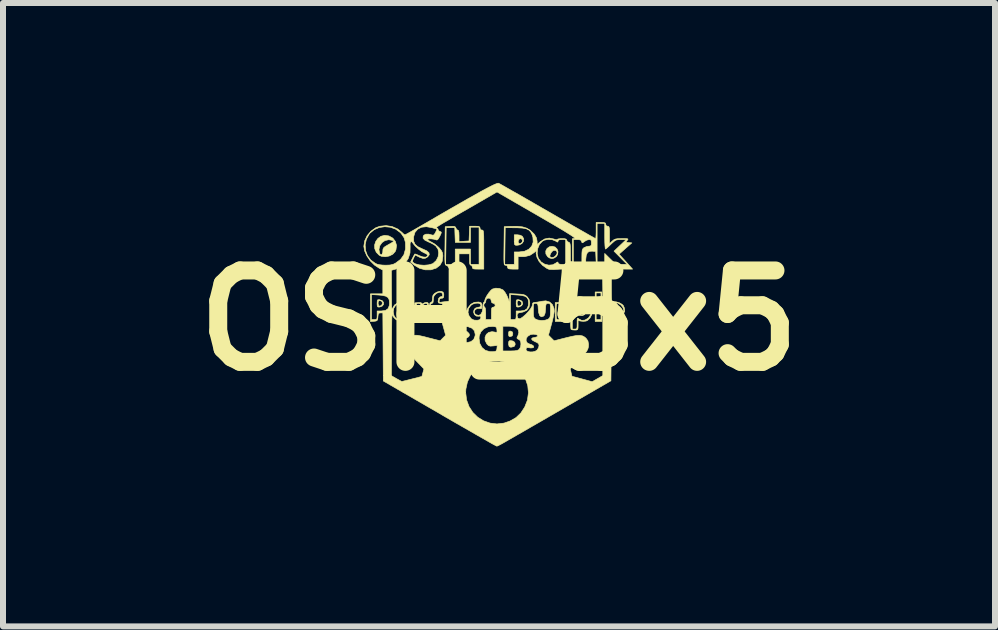
<source format=kicad_pcb>
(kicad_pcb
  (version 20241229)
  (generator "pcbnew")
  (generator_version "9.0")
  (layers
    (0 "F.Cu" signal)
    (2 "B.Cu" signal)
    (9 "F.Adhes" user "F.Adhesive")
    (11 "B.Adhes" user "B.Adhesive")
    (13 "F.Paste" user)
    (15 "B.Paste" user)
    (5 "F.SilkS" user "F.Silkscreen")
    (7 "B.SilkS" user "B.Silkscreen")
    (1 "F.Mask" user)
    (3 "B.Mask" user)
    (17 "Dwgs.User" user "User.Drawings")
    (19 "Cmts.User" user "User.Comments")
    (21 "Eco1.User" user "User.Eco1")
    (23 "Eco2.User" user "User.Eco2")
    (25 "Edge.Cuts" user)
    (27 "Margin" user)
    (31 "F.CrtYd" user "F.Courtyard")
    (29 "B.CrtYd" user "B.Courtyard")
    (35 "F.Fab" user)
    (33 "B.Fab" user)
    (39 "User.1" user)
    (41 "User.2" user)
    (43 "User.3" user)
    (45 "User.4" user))
  (footprint "OSH_5x5"
    (layer "F.Cu")
    (at 5.269 2.293)
    (property "Reference" "OSH_5x5" (at 0 0 0) (layer "F.SilkS") (effects (font (size 1.524 1.524) (thickness 0.3))))
    (attr through_hole)
    (fp_poly (pts (xy 0.194 0.177) (xy 0.223 0.191) (xy 0.23 0.222) (xy 0.221 0.255) (xy 0.194 0.267) (xy 0.169 0.266) (xy 0.16 0.247) (xy 0.159 0.222) (xy 0.162 0.188) (xy 0.177 0.177) (xy 0.194 0.177)) (stroke (width 0.01) (type solid)) (fill yes) (layer "F.SilkS"))
    (fp_poly (pts (xy 1.714 0.016) (xy 1.603 0.016) (xy 1.603 -0.46) (xy 1.619 -0.46) (xy 1.619 -0.016) (xy 1.699 -0.016) (xy 1.699 -0.46) (xy 1.619 -0.46) (xy 1.603 -0.46) (xy 1.603 -0.476) (xy 1.714 -0.476) (xy 1.714 0.016)) (stroke (width 0.01) (type solid)) (fill yes) (layer "F.SilkS"))
    (fp_poly (pts (xy -0.697 -0.234) (xy -0.678 -0.216) (xy -0.675 -0.206) (xy -0.668 -0.182) (xy -0.673 -0.17) (xy -0.698 -0.169) (xy -0.735 -0.172) (xy -0.776 -0.178) (xy -0.791 -0.192) (xy -0.791 -0.203) (xy -0.771 -0.226) (xy -0.735 -0.235) (xy -0.697 -0.234)) (stroke (width 0.01) (type solid)) (fill yes) (layer "F.SilkS"))
    (fp_poly (pts (xy 0.214 0.338) (xy 0.234 0.343) (xy 0.261 0.363) (xy 0.27 0.394) (xy 0.26 0.424) (xy 0.245 0.435) (xy 0.197 0.446) (xy 0.169 0.435) (xy 0.159 0.398) (xy 0.159 0.389) (xy 0.162 0.351) (xy 0.178 0.335) (xy 0.214 0.338)) (stroke (width 0.01) (type solid)) (fill yes) (layer "F.SilkS"))
    (fp_poly (pts (xy -0.53 0.187) (xy -0.5 0.217) (xy -0.492 0.244) (xy -0.506 0.27) (xy -0.538 0.29) (xy -0.576 0.3) (xy -0.606 0.293) (xy -0.609 0.291) (xy -0.616 0.269) (xy -0.619 0.231) (xy -0.619 0.228) (xy -0.616 0.191) (xy -0.601 0.177) (xy -0.572 0.175) (xy -0.53 0.187)) (stroke (width 0.01) (type solid)) (fill yes) (layer "F.SilkS"))
    (fp_poly (pts (xy 1.965 -0.235) (xy 1.991 -0.221) (xy 1.994 -0.216) (xy 1.999 -0.187) (xy 1.983 -0.173) (xy 1.94 -0.171) (xy 1.932 -0.172) (xy 1.891 -0.178) (xy 1.876 -0.192) (xy 1.876 -0.203) (xy 1.883 -0.211) (xy 1.915 -0.211) (xy 1.937 -0.209) (xy 1.959 -0.211) (xy 1.957 -0.217) (xy 1.924 -0.219) (xy 1.917 -0.217) (xy 1.915 -0.211) (xy 1.883 -0.211) (xy 1.894 -0.224) (xy 1.928 -0.235) (xy 1.965 -0.235)) (stroke (width 0.01) (type solid)) (fill yes) (layer "F.SilkS"))
    (fp_poly (pts (xy -1.99 -0.346) (xy -1.946 -0.33) (xy -1.925 -0.301) (xy -1.926 -0.267) (xy -1.95 -0.239) (xy -1.99 -0.225) (xy -2.017 -0.225) (xy -2.029 -0.237) (xy -2.032 -0.27) (xy -2.032 -0.286) (xy -2.016 -0.286) (xy -2.008 -0.249) (xy -1.986 -0.238) (xy -1.957 -0.257) (xy -1.954 -0.26) (xy -1.943 -0.292) (xy -1.956 -0.321) (xy -1.986 -0.333) (xy -2.008 -0.325) (xy -2.016 -0.295) (xy -2.016 -0.286) (xy -2.032 -0.286) (xy -2.03 -0.327) (xy -2.022 -0.345) (xy -2 -0.347) (xy -1.99 -0.346)) (stroke (width 0.01) (type solid)) (fill yes) (layer "F.SilkS"))
    (fp_poly (pts (xy 1.425 -0.194) (xy 1.443 -0.16) (xy 1.441 -0.122) (xy 1.426 -0.098) (xy 1.389 -0.081) (xy 1.346 -0.085) (xy 1.318 -0.103) (xy 1.307 -0.135) (xy 1.319 -0.135) (xy 1.336 -0.106) (xy 1.373 -0.095) (xy 1.408 -0.105) (xy 1.424 -0.121) (xy 1.424 -0.158) (xy 1.403 -0.188) (xy 1.373 -0.198) (xy 1.341 -0.186) (xy 1.329 -0.173) (xy 1.319 -0.135) (xy 1.307 -0.135) (xy 1.306 -0.139) (xy 1.314 -0.179) (xy 1.338 -0.209) (xy 1.349 -0.214) (xy 1.392 -0.215) (xy 1.425 -0.194)) (stroke (width 0.01) (type solid)) (fill yes) (layer "F.SilkS"))
    (fp_poly (pts (xy 0.328 -0.346) (xy 0.366 -0.333) (xy 0.387 -0.314) (xy 0.395 -0.277) (xy 0.376 -0.246) (xy 0.337 -0.227) (xy 0.328 -0.225) (xy 0.301 -0.225) (xy 0.289 -0.237) (xy 0.286 -0.27) (xy 0.286 -0.286) (xy 0.286 -0.287) (xy 0.302 -0.287) (xy 0.309 -0.249) (xy 0.332 -0.239) (xy 0.363 -0.252) (xy 0.379 -0.277) (xy 0.373 -0.306) (xy 0.348 -0.328) (xy 0.337 -0.331) (xy 0.312 -0.329) (xy 0.303 -0.31) (xy 0.302 -0.287) (xy 0.286 -0.287) (xy 0.287 -0.327) (xy 0.296 -0.345) (xy 0.318 -0.347) (xy 0.328 -0.346)) (stroke (width 0.01) (type solid)) (fill yes) (layer "F.SilkS"))
    (fp_poly (pts (xy 0.353 -1.422) (xy 0.387 -1.405) (xy 0.388 -1.404) (xy 0.411 -1.363) (xy 0.408 -1.321) (xy 0.382 -1.284) (xy 0.338 -1.26) (xy 0.298 -1.254) (xy 0.273 -1.256) (xy 0.26 -1.266) (xy 0.255 -1.293) (xy 0.254 -1.321) (xy 0.319 -1.321) (xy 0.323 -1.294) (xy 0.341 -1.279) (xy 0.367 -1.286) (xy 0.387 -1.31) (xy 0.388 -1.312) (xy 0.389 -1.346) (xy 0.367 -1.364) (xy 0.356 -1.365) (xy 0.33 -1.352) (xy 0.319 -1.321) (xy 0.254 -1.321) (xy 0.254 -1.341) (xy 0.254 -1.429) (xy 0.308 -1.429) (xy 0.353 -1.422)) (stroke (width 0.01) (type solid)) (fill yes) (layer "F.SilkS"))
    (fp_poly (pts (xy 0.935 -1.225) (xy 0.968 -1.191) (xy 0.983 -1.146) (xy 0.975 -1.097) (xy 0.953 -1.064) (xy 0.915 -1.04) (xy 0.881 -1.032) (xy 0.84 -1.043) (xy 0.81 -1.064) (xy 0.8 -1.08) (xy 0.847 -1.08) (xy 0.85 -1.062) (xy 0.875 -1.049) (xy 0.911 -1.055) (xy 0.939 -1.074) (xy 0.965 -1.11) (xy 0.967 -1.143) (xy 0.95 -1.166) (xy 0.916 -1.17) (xy 0.907 -1.168) (xy 0.881 -1.148) (xy 0.858 -1.114) (xy 0.847 -1.08) (xy 0.8 -1.08) (xy 0.781 -1.11) (xy 0.779 -1.159) (xy 0.801 -1.202) (xy 0.842 -1.23) (xy 0.885 -1.238) (xy 0.935 -1.225)) (stroke (width 0.01) (type solid)) (fill yes) (layer "F.SilkS"))
    (fp_poly (pts (xy 1.056 -0.299) (xy 1.175 -0.299) (xy 1.175 -0.244) (xy 1.172 -0.208) (xy 1.161 -0.196) (xy 1.137 -0.199) (xy 1.094 -0.198) (xy 1.064 -0.168) (xy 1.05 -0.111) (xy 1.048 -0.07) (xy 1.048 0.016) (xy 0.937 0.016) (xy 0.937 -0.151) (xy 0.953 -0.151) (xy 0.953 -0.085) (xy 0.955 -0.046) (xy 0.961 -0.025) (xy 0.973 -0.017) (xy 0.992 -0.016) (xy 1.017 -0.019) (xy 1.028 -0.033) (xy 1.032 -0.068) (xy 1.032 -0.087) (xy 1.042 -0.151) (xy 1.07 -0.198) (xy 1.111 -0.221) (xy 1.127 -0.222) (xy 1.154 -0.233) (xy 1.159 -0.254) (xy 1.148 -0.28) (xy 1.121 -0.285) (xy 1.086 -0.27) (xy 1.064 -0.251) (xy 1.032 -0.216) (xy 1.032 -0.251) (xy 1.024 -0.278) (xy 0.995 -0.286) (xy 0.992 -0.286) (xy 0.973 -0.285) (xy 0.961 -0.277) (xy 0.955 -0.256) (xy 0.953 -0.216) (xy 0.953 -0.151) (xy 0.937 -0.151) (xy 0.937 -0.299) (xy 1.056 -0.299)) (stroke (width 0.01) (type solid)) (fill yes) (layer "F.SilkS"))
    (fp_poly (pts (xy -1.836 -1.41) (xy -1.834 -1.409) (xy -1.77 -1.373) (xy -1.728 -1.318) (xy -1.709 -1.252) (xy -1.718 -1.181) (xy -1.731 -1.15) (xy -1.772 -1.105) (xy -1.831 -1.075) (xy -1.898 -1.063) (xy -1.962 -1.071) (xy -1.997 -1.088) (xy -2.047 -1.139) (xy -2.066 -1.185) (xy -2.002 -1.185) (xy -1.991 -1.12) (xy -1.973 -1.095) (xy -1.954 -1.098) (xy -1.946 -1.112) (xy -1.79 -1.112) (xy -1.788 -1.111) (xy -1.773 -1.122) (xy -1.77 -1.127) (xy -1.766 -1.142) (xy -1.768 -1.143) (xy -1.783 -1.132) (xy -1.786 -1.127) (xy -1.79 -1.112) (xy -1.946 -1.112) (xy -1.94 -1.123) (xy -1.937 -1.155) (xy -1.935 -1.187) (xy -1.925 -1.21) (xy -1.902 -1.231) (xy -1.858 -1.257) (xy -1.838 -1.269) (xy -1.788 -1.297) (xy -1.762 -1.316) (xy -1.759 -1.327) (xy -1.771 -1.335) (xy -1.838 -1.347) (xy -1.901 -1.333) (xy -1.952 -1.298) (xy -1.988 -1.246) (xy -2.002 -1.185) (xy -2.066 -1.185) (xy -2.072 -1.198) (xy -2.074 -1.26) (xy -2.055 -1.318) (xy -2.019 -1.368) (xy -1.969 -1.404) (xy -1.907 -1.42) (xy -1.836 -1.41)) (stroke (width 0.01) (type solid)) (fill yes) (layer "F.SilkS"))
    (fp_poly (pts (xy 1.421 -0.303) (xy 1.471 -0.288) (xy 1.516 -0.251) (xy 1.546 -0.201) (xy 1.556 -0.155) (xy 1.545 -0.097) (xy 1.517 -0.043) (xy 1.479 -0.004) (xy 1.452 0.009) (xy 1.406 0.014) (xy 1.365 0.01) (xy 1.318 0.001) (xy 1.318 0.08) (xy 1.317 0.127) (xy 1.31 0.15) (xy 1.293 0.158) (xy 1.265 0.159) (xy 1.225 0.156) (xy 1.202 0.149) (xy 1.201 0.148) (xy 1.197 0.129) (xy 1.194 0.085) (xy 1.192 0.02) (xy 1.191 -0.057) (xy 1.191 -0.082) (xy 1.191 -0.286) (xy 1.222 -0.286) (xy 1.222 0.143) (xy 1.262 0.143) (xy 1.284 0.141) (xy 1.296 0.13) (xy 1.301 0.103) (xy 1.302 0.053) (xy 1.302 0.045) (xy 1.302 -0.008) (xy 1.305 -0.034) (xy 1.313 -0.039) (xy 1.328 -0.029) (xy 1.331 -0.026) (xy 1.378 -0.002) (xy 1.432 -0.007) (xy 1.486 -0.039) (xy 1.493 -0.046) (xy 1.528 -0.099) (xy 1.538 -0.154) (xy 1.526 -0.207) (xy 1.496 -0.251) (xy 1.452 -0.28) (xy 1.398 -0.288) (xy 1.352 -0.277) (xy 1.319 -0.267) (xy 1.302 -0.269) (xy 1.302 -0.271) (xy 1.288 -0.282) (xy 1.262 -0.286) (xy 1.222 -0.286) (xy 1.191 -0.286) (xy 1.191 -0.302) (xy 1.282 -0.303) (xy 1.342 -0.303) (xy 1.397 -0.303) (xy 1.421 -0.303)) (stroke (width 0.01) (type solid)) (fill yes) (layer "F.SilkS"))
    (fp_poly (pts (xy -1.187 -0.297) (xy -1.176 -0.277) (xy -1.175 -0.244) (xy -1.178 -0.207) (xy -1.188 -0.194) (xy -1.2 -0.197) (xy -1.233 -0.198) (xy -1.255 -0.19) (xy -1.273 -0.174) (xy -1.282 -0.146) (xy -1.286 -0.098) (xy -1.286 -0.079) (xy -1.286 0.016) (xy -1.342 0.016) (xy -1.383 0.01) (xy -1.405 -0.004) (xy -1.406 -0.005) (xy -1.409 -0.03) (xy -1.411 -0.078) (xy -1.41 -0.139) (xy -1.41 -0.151) (xy -1.381 -0.151) (xy -1.381 -0.085) (xy -1.378 -0.046) (xy -1.372 -0.025) (xy -1.361 -0.017) (xy -1.341 -0.016) (xy -1.317 -0.019) (xy -1.306 -0.033) (xy -1.302 -0.066) (xy -1.302 -0.09) (xy -1.293 -0.156) (xy -1.268 -0.201) (xy -1.23 -0.222) (xy -1.22 -0.222) (xy -1.195 -0.235) (xy -1.191 -0.254) (xy -1.201 -0.28) (xy -1.227 -0.285) (xy -1.258 -0.271) (xy -1.277 -0.25) (xy -1.302 -0.215) (xy -1.302 -0.25) (xy -1.31 -0.278) (xy -1.338 -0.286) (xy -1.341 -0.286) (xy -1.361 -0.285) (xy -1.372 -0.277) (xy -1.378 -0.256) (xy -1.381 -0.216) (xy -1.381 -0.151) (xy -1.41 -0.151) (xy -1.41 -0.16) (xy -1.405 -0.294) (xy -1.345 -0.299) (xy -1.301 -0.297) (xy -1.286 -0.284) (xy -1.286 -0.284) (xy -1.281 -0.272) (xy -1.267 -0.283) (xy -1.236 -0.298) (xy -1.211 -0.302) (xy -1.187 -0.297)) (stroke (width 0.01) (type solid)) (fill yes) (layer "F.SilkS"))
    (fp_poly (pts (xy -0.354 -1.57) (xy -0.328 -1.564) (xy -0.318 -1.551) (xy -0.318 -1.54) (xy -0.306 -1.513) (xy -0.286 -1.508) (xy -0.275 -1.507) (xy -0.267 -1.501) (xy -0.261 -1.485) (xy -0.258 -1.456) (xy -0.255 -1.41) (xy -0.254 -1.343) (xy -0.254 -1.25) (xy -0.254 -1.183) (xy -0.254 -0.857) (xy -0.349 -0.857) (xy -0.402 -0.858) (xy -0.431 -0.863) (xy -0.443 -0.875) (xy -0.445 -0.889) (xy -0.454 -0.915) (xy -0.468 -0.921) (xy -0.482 -0.928) (xy -0.49 -0.954) (xy -0.492 -1.005) (xy -0.492 -1.016) (xy -0.492 -1.111) (xy -0.667 -1.111) (xy -0.667 -0.857) (xy -0.754 -0.857) (xy -0.806 -0.859) (xy -0.833 -0.866) (xy -0.841 -0.88) (xy -0.841 -0.883) (xy -0.855 -0.907) (xy -0.873 -0.916) (xy -0.884 -0.92) (xy -0.892 -0.929) (xy -0.895 -0.937) (xy -0.89 -0.937) (xy -0.73 -0.937) (xy -0.73 -1.191) (xy -0.476 -1.191) (xy -0.476 -0.937) (xy -0.333 -0.937) (xy -0.333 -1.556) (xy -0.476 -1.556) (xy -0.476 -1.302) (xy -0.729 -1.302) (xy -0.734 -1.425) (xy -0.738 -1.548) (xy -0.881 -1.548) (xy -0.885 -1.242) (xy -0.89 -0.937) (xy -0.895 -0.937) (xy -0.898 -0.946) (xy -0.901 -0.976) (xy -0.903 -1.023) (xy -0.903 -1.092) (xy -0.902 -1.185) (xy -0.901 -1.244) (xy -0.897 -1.564) (xy -0.812 -1.569) (xy -0.762 -1.57) (xy -0.735 -1.565) (xy -0.722 -1.551) (xy -0.719 -1.541) (xy -0.703 -1.514) (xy -0.689 -1.508) (xy -0.676 -1.499) (xy -0.669 -1.468) (xy -0.667 -1.412) (xy -0.667 -1.316) (xy -0.583 -1.321) (xy -0.5 -1.326) (xy -0.495 -1.449) (xy -0.491 -1.572) (xy -0.404 -1.572) (xy -0.354 -1.57)) (stroke (width 0.01) (type solid)) (fill yes) (layer "F.SilkS"))
    (fp_poly (pts (xy 0.391 -1.561) (xy 0.46 -1.54) (xy 0.517 -1.507) (xy 0.522 -1.503) (xy 0.588 -1.439) (xy 0.625 -1.375) (xy 0.635 -1.317) (xy 0.635 -1.267) (xy 0.689 -1.314) (xy 0.76 -1.359) (xy 0.836 -1.374) (xy 0.912 -1.359) (xy 0.912 -1.359) (xy 0.948 -1.347) (xy 0.967 -1.348) (xy 0.968 -1.35) (xy 0.983 -1.359) (xy 1.019 -1.364) (xy 1.048 -1.365) (xy 1.097 -1.363) (xy 1.121 -1.355) (xy 1.127 -1.34) (xy 1.14 -1.316) (xy 1.159 -1.306) (xy 1.171 -1.301) (xy 1.18 -1.29) (xy 1.186 -1.267) (xy 1.189 -1.229) (xy 1.19 -1.169) (xy 1.191 -1.083) (xy 1.191 -1.077) (xy 1.191 -0.855) (xy 1.083 -0.856) (xy 1.017 -0.856) (xy 0.952 -0.852) (xy 0.913 -0.849) (xy 0.837 -0.852) (xy 0.802 -0.866) (xy 0.727 -0.918) (xy 0.668 -0.984) (xy 0.631 -1.057) (xy 0.619 -1.119) (xy 0.636 -1.119) (xy 0.653 -1.043) (xy 0.66 -1.03) (xy 0.703 -0.975) (xy 0.762 -0.939) (xy 0.829 -0.923) (xy 0.895 -0.929) (xy 0.942 -0.954) (xy 0.971 -0.974) (xy 0.983 -0.973) (xy 0.984 -0.962) (xy 0.993 -0.945) (xy 1.025 -0.937) (xy 1.048 -0.937) (xy 1.111 -0.937) (xy 1.111 -1.349) (xy 1.048 -1.349) (xy 1.005 -1.346) (xy 0.986 -1.334) (xy 0.984 -1.324) (xy 0.981 -1.308) (xy 0.967 -1.31) (xy 0.941 -1.326) (xy 0.885 -1.348) (xy 0.817 -1.352) (xy 0.753 -1.339) (xy 0.724 -1.323) (xy 0.673 -1.268) (xy 0.644 -1.197) (xy 0.636 -1.119) (xy 0.619 -1.119) (xy 0.619 -1.12) (xy 0.619 -1.164) (xy 0.583 -1.131) (xy 0.514 -1.086) (xy 0.427 -1.065) (xy 0.388 -1.064) (xy 0.318 -1.064) (xy 0.318 -0.857) (xy 0.23 -0.857) (xy 0.18 -0.859) (xy 0.153 -0.865) (xy 0.144 -0.878) (xy 0.143 -0.889) (xy 0.132 -0.915) (xy 0.111 -0.921) (xy 0.1 -0.922) (xy 0.092 -0.928) (xy 0.089 -0.937) (xy 0.095 -0.937) (xy 0.254 -0.937) (xy 0.254 -1.143) (xy 0.335 -1.143) (xy 0.426 -1.155) (xy 0.496 -1.188) (xy 0.545 -1.24) (xy 0.569 -1.307) (xy 0.565 -1.385) (xy 0.549 -1.436) (xy 0.526 -1.48) (xy 0.495 -1.51) (xy 0.452 -1.53) (xy 0.39 -1.541) (xy 0.304 -1.546) (xy 0.273 -1.546) (xy 0.103 -1.548) (xy 0.099 -1.242) (xy 0.095 -0.937) (xy 0.089 -0.937) (xy 0.086 -0.943) (xy 0.083 -0.971) (xy 0.081 -1.016) (xy 0.081 -1.082) (xy 0.082 -1.174) (xy 0.083 -1.242) (xy 0.087 -1.564) (xy 0.191 -1.569) (xy 0.303 -1.57) (xy 0.391 -1.561)) (stroke (width 0.01) (type solid)) (fill yes) (layer "F.SilkS"))
    (fp_poly (pts (xy -0.006 -2.288) (xy -0.004 -2.287) (xy 0.016 -2.276) (xy 0.061 -2.251) (xy 0.128 -2.213) (xy 0.215 -2.163) (xy 0.32 -2.104) (xy 0.438 -2.036) (xy 0.569 -1.961) (xy 0.709 -1.88) (xy 0.817 -1.818) (xy 0.961 -1.735) (xy 1.097 -1.657) (xy 1.222 -1.585) (xy 1.334 -1.521) (xy 1.431 -1.466) (xy 1.509 -1.421) (xy 1.567 -1.389) (xy 1.601 -1.37) (xy 1.61 -1.365) (xy 1.614 -1.38) (xy 1.617 -1.419) (xy 1.619 -1.475) (xy 1.619 -1.5) (xy 1.619 -1.619) (xy 1.635 -1.619) (xy 1.635 -0.937) (xy 1.762 -0.937) (xy 1.762 -1.118) (xy 1.854 -1.027) (xy 1.9 -0.983) (xy 1.933 -0.956) (xy 1.962 -0.942) (xy 1.997 -0.937) (xy 2.04 -0.937) (xy 2.134 -0.937) (xy 2.026 -1.046) (xy 1.917 -1.156) (xy 2.119 -1.348) (xy 2.032 -1.349) (xy 1.985 -1.348) (xy 1.951 -1.341) (xy 1.921 -1.322) (xy 1.883 -1.288) (xy 1.865 -1.271) (xy 1.824 -1.231) (xy 1.792 -1.203) (xy 1.774 -1.191) (xy 1.774 -1.191) (xy 1.77 -1.206) (xy 1.766 -1.247) (xy 1.763 -1.307) (xy 1.762 -1.383) (xy 1.762 -1.405) (xy 1.762 -1.619) (xy 1.635 -1.619) (xy 1.619 -1.619) (xy 1.619 -1.635) (xy 1.699 -1.635) (xy 1.746 -1.633) (xy 1.77 -1.626) (xy 1.778 -1.611) (xy 1.778 -1.603) (xy 1.789 -1.577) (xy 1.81 -1.572) (xy 1.825 -1.569) (xy 1.834 -1.558) (xy 1.839 -1.533) (xy 1.841 -1.486) (xy 1.841 -1.426) (xy 1.841 -1.28) (xy 1.886 -1.323) (xy 1.913 -1.345) (xy 1.941 -1.358) (xy 1.98 -1.364) (xy 2.04 -1.365) (xy 2.047 -1.365) (xy 2.107 -1.365) (xy 2.139 -1.363) (xy 2.15 -1.357) (xy 2.145 -1.345) (xy 2.136 -1.335) (xy 2.12 -1.314) (xy 2.125 -1.304) (xy 2.157 -1.299) (xy 2.161 -1.299) (xy 2.214 -1.294) (xy 2.107 -1.2) (xy 2.001 -1.106) (xy 2.114 -0.982) (xy 2.226 -0.857) (xy 2.11 -0.857) (xy 2.049 -0.858) (xy 2.009 -0.863) (xy 1.98 -0.876) (xy 1.951 -0.899) (xy 1.933 -0.916) (xy 1.873 -0.975) (xy 1.873 -0.64) (xy 1.873 -0.529) (xy 1.874 -0.445) (xy 1.875 -0.386) (xy 1.878 -0.347) (xy 1.882 -0.324) (xy 1.888 -0.313) (xy 1.897 -0.311) (xy 1.904 -0.313) (xy 1.95 -0.312) (xy 2.005 -0.296) (xy 2.052 -0.269) (xy 2.072 -0.249) (xy 2.09 -0.207) (xy 2.095 -0.171) (xy 2.094 -0.147) (xy 2.085 -0.134) (xy 2.062 -0.128) (xy 2.016 -0.127) (xy 1.992 -0.127) (xy 1.935 -0.125) (xy 1.903 -0.12) (xy 1.89 -0.109) (xy 1.889 -0.103) (xy 1.894 -0.09) (xy 1.913 -0.084) (xy 1.952 -0.085) (xy 1.992 -0.089) (xy 2.053 -0.093) (xy 2.086 -0.089) (xy 2.094 -0.074) (xy 2.078 -0.046) (xy 2.067 -0.031) (xy 2.034 -0.006) (xy 1.982 0.009) (xy 1.956 0.012) (xy 1.874 0.02) (xy 1.865 1.005) (xy 1.072 1.464) (xy 0.873 1.579) (xy 0.7 1.679) (xy 0.55 1.765) (xy 0.423 1.839) (xy 0.316 1.9) (xy 0.228 1.951) (xy 0.156 1.992) (xy 0.099 2.025) (xy 0.055 2.05) (xy 0.022 2.068) (xy -0.002 2.08) (xy -0.017 2.088) (xy -0.028 2.092) (xy -0.034 2.094) (xy -0.038 2.094) (xy -0.039 2.094) (xy -0.055 2.086) (xy -0.097 2.064) (xy -0.161 2.028) (xy -0.246 1.979) (xy -0.349 1.921) (xy -0.468 1.852) (xy -0.601 1.776) (xy -0.746 1.693) (xy -0.9 1.604) (xy -0.992 1.55) (xy -1.599 1.199) (xy -0.556 1.199) (xy -0.541 1.323) (xy -0.5 1.435) (xy -0.437 1.532) (xy -0.355 1.612) (xy -0.258 1.672) (xy -0.15 1.71) (xy -0.035 1.724) (xy 0.084 1.71) (xy 0.183 1.676) (xy 0.284 1.618) (xy 0.364 1.541) (xy 0.428 1.443) (xy 0.474 1.326) (xy 0.49 1.206) (xy 0.479 1.087) (xy 0.441 0.974) (xy 0.378 0.872) (xy 0.291 0.786) (xy 0.239 0.751) (xy 0.124 0.698) (xy 0.007 0.675) (xy -0.108 0.678) (xy -0.218 0.706) (xy -0.319 0.757) (xy -0.406 0.828) (xy -0.477 0.918) (xy -0.527 1.024) (xy -0.553 1.144) (xy -0.556 1.199) (xy -1.599 1.199) (xy -1.929 1.008) (xy -1.933 0.44) (xy -1.937 -0.127) (xy -1.976 -0.127) (xy -2 -0.123) (xy -2.013 -0.106) (xy -2.019 -0.066) (xy -2.019 -0.06) (xy -2.024 -0.017) (xy -2.036 0.003) (xy -2.063 0.011) (xy -2.084 0.013) (xy -2.143 0.018) (xy -2.143 -0.016) (xy -2.127 -0.016) (xy -2.08 -0.016) (xy -2.05 -0.018) (xy -2.036 -0.03) (xy -2.032 -0.06) (xy -2.032 -0.087) (xy -2.032 -0.145) (xy -1.764 -0.145) (xy -1.752 -0.085) (xy -1.723 -0.039) (xy -1.673 -0.008) (xy -1.611 0.002) (xy -1.55 -0.008) (xy -1.504 -0.036) (xy -1.482 -0.06) (xy -1.481 -0.072) (xy -1.498 -0.077) (xy -1.535 -0.077) (xy -1.569 -0.07) (xy -1.627 -0.062) (xy -1.664 -0.077) (xy -1.671 -0.085) (xy -1.683 -0.117) (xy -1.668 -0.136) (xy -1.625 -0.143) (xy -1.619 -0.143) (xy -1.579 -0.146) (xy -1.557 -0.155) (xy -1.556 -0.159) (xy -1.57 -0.169) (xy -1.604 -0.175) (xy -1.609 -0.175) (xy -1.657 -0.179) (xy -1.675 -0.193) (xy -1.667 -0.212) (xy -1.637 -0.212) (xy -1.616 -0.21) (xy -1.611 -0.209) (xy -1.584 -0.211) (xy -1.582 -0.216) (xy -1.583 -0.217) (xy -1.615 -0.22) (xy -1.631 -0.217) (xy -1.637 -0.212) (xy -1.667 -0.212) (xy -1.665 -0.217) (xy -1.631 -0.237) (xy -1.591 -0.235) (xy -1.557 -0.214) (xy -1.54 -0.178) (xy -1.54 -0.171) (xy -1.529 -0.149) (xy -1.5 -0.143) (xy -1.473 -0.144) (xy -1.463 -0.154) (xy -1.469 -0.179) (xy -1.483 -0.213) (xy -1.519 -0.263) (xy -1.571 -0.29) (xy -1.631 -0.295) (xy -1.692 -0.274) (xy -1.726 -0.249) (xy -1.755 -0.203) (xy -1.764 -0.145) (xy -2.032 -0.145) (xy -2.032 -0.159) (xy -1.961 -0.159) (xy -1.893 -0.168) (xy -1.85 -0.198) (xy -1.829 -0.25) (xy -1.826 -0.291) (xy -1.831 -0.345) (xy -1.851 -0.383) (xy -1.889 -0.406) (xy -1.952 -0.42) (xy -2.008 -0.425) (xy -2.127 -0.433) (xy -2.127 -0.016) (xy -2.143 -0.016) (xy -2.143 -0.445) (xy -1.937 -0.445) (xy -1.937 -0.643) (xy -1.937 -0.837) (xy -1.794 -0.837) (xy -1.793 -0.494) (xy -1.792 -0.382) (xy -1.791 -0.298) (xy -1.79 -0.24) (xy -1.787 -0.206) (xy -1.783 -0.192) (xy -1.778 -0.195) (xy -1.773 -0.206) (xy -1.744 -0.257) (xy -1.694 -0.291) (xy -1.623 -0.311) (xy -1.556 -0.304) (xy -1.501 -0.271) (xy -1.462 -0.215) (xy -1.451 -0.178) (xy -1.441 -0.127) (xy -1.555 -0.127) (xy -1.617 -0.125) (xy -1.652 -0.12) (xy -1.663 -0.111) (xy -1.663 -0.107) (xy -1.646 -0.096) (xy -1.605 -0.092) (xy -1.549 -0.093) (xy -1.493 -0.095) (xy -1.462 -0.094) (xy -1.452 -0.087) (xy -1.455 -0.073) (xy -1.459 -0.066) (xy -1.502 -0.017) (xy -1.56 0.01) (xy -1.627 0.016) (xy -1.692 -0.001) (xy -1.728 -0.024) (xy -1.761 -0.059) (xy -1.781 -0.094) (xy -1.783 -0.1) (xy -1.784 -0.093) (xy -1.786 -0.058) (xy -1.788 0.002) (xy -1.789 0.084) (xy -1.79 0.184) (xy -1.791 0.299) (xy -1.792 0.393) (xy -1.794 0.92) (xy -1.711 0.968) (xy -1.665 0.993) (xy -1.632 1.011) (xy -1.619 1.016) (xy -1.602 1.012) (xy -1.56 1.002) (xy -1.501 0.987) (xy -1.449 0.974) (xy -1.286 0.932) (xy -1.269 0.869) (xy -1.252 0.807) (xy -1.394 0.66) (xy -1.468 0.581) (xy -1.52 0.517) (xy -1.525 0.508) (xy -0.715 0.508) (xy -0.668 0.508) (xy -0.638 0.505) (xy -0.624 0.492) (xy -0.617 0.458) (xy -0.616 0.441) (xy -0.611 0.373) (xy -0.536 0.368) (xy -0.468 0.352) (xy -0.421 0.314) (xy -0.414 0.296) (xy -0.333 0.296) (xy -0.321 0.382) (xy -0.284 0.45) (xy -0.228 0.497) (xy -0.154 0.519) (xy -0.111 0.52) (xy -0.067 0.516) (xy -0.045 0.505) (xy -0.037 0.482) (xy -0.035 0.466) (xy -0.03 0.416) (xy -0.1 0.424) (xy -0.146 0.427) (xy -0.175 0.418) (xy -0.201 0.393) (xy -0.204 0.389) (xy -0.232 0.333) (xy -0.233 0.278) (xy -0.212 0.231) (xy -0.172 0.198) (xy -0.117 0.186) (xy -0.075 0.192) (xy -0.044 0.198) (xy -0.033 0.188) (xy -0.035 0.154) (xy -0.035 0.154) (xy -0.041 0.121) (xy -0.058 0.105) (xy -0.096 0.099) (xy -0.101 0.098) (xy -0.183 0.105) (xy -0.251 0.136) (xy -0.302 0.188) (xy -0.33 0.256) (xy -0.333 0.296) (xy -0.414 0.296) (xy -0.399 0.256) (xy -0.397 0.231) (xy -0.41 0.172) (xy -0.45 0.129) (xy -0.515 0.104) (xy -0.604 0.097) (xy -0.635 0.098) (xy -0.706 0.103) (xy -0.711 0.306) (xy -0.715 0.508) (xy -1.525 0.508) (xy -1.551 0.464) (xy -1.563 0.419) (xy -1.56 0.376) (xy -1.545 0.337) (xy -1.515 0.292) (xy -1.473 0.265) (xy -1.449 0.257) (xy -1.419 0.248) (xy -1.39 0.245) (xy -1.355 0.247) (xy -1.308 0.256) (xy -1.242 0.271) (xy -1.182 0.287) (xy -0.981 0.338) (xy -0.936 0.292) (xy -0.89 0.246) (xy -0.929 0.103) (xy -0.932 0.095) (xy 0.064 0.095) (xy 0.064 0.508) (xy 0.185 0.508) (xy 0.257 0.506) (xy 0.303 0.499) (xy 0.332 0.485) (xy 0.336 0.482) (xy 0.343 0.47) (xy 0.45 0.47) (xy 0.452 0.496) (xy 0.477 0.515) (xy 0.517 0.524) (xy 0.563 0.523) (xy 0.606 0.511) (xy 0.635 0.492) (xy 0.659 0.454) (xy 0.667 0.419) (xy 0.661 0.39) (xy 0.637 0.369) (xy 0.603 0.354) (xy 0.558 0.33) (xy 0.542 0.308) (xy 0.554 0.291) (xy 0.59 0.283) (xy 0.627 0.274) (xy 0.646 0.26) (xy 0.647 0.259) (xy 0.639 0.243) (xy 0.609 0.232) (xy 0.569 0.228) (xy 0.528 0.234) (xy 0.52 0.237) (xy 0.476 0.265) (xy 0.453 0.302) (xy 0.452 0.342) (xy 0.472 0.374) (xy 0.509 0.392) (xy 0.55 0.406) (xy 0.575 0.425) (xy 0.579 0.444) (xy 0.565 0.454) (xy 0.531 0.458) (xy 0.5 0.454) (xy 0.465 0.452) (xy 0.45 0.47) (xy 0.343 0.47) (xy 0.359 0.441) (xy 0.365 0.394) (xy 0.361 0.35) (xy 0.344 0.325) (xy 0.327 0.315) (xy 0.302 0.301) (xy 0.299 0.284) (xy 0.314 0.255) (xy 0.33 0.202) (xy 0.32 0.153) (xy 0.285 0.118) (xy 0.277 0.114) (xy 0.238 0.103) (xy 0.183 0.096) (xy 0.15 0.095) (xy 0.064 0.095) (xy -0.932 0.095) (xy -0.949 0.029) (xy -0.967 -0.045) (xy -0.98 -0.104) (xy -0.983 -0.119) (xy -0.99 -0.163) (xy -0.889 -0.163) (xy -0.88 -0.102) (xy -0.848 -0.05) (xy -0.798 -0.014) (xy -0.735 0) (xy -0.685 -0.006) (xy -0.643 -0.022) (xy -0.639 -0.025) (xy -0.612 -0.048) (xy -0.603 -0.064) (xy -0.616 -0.077) (xy -0.647 -0.078) (xy -0.685 -0.07) (xy -0.7 -0.063) (xy -0.739 -0.056) (xy -0.774 -0.071) (xy -0.793 -0.102) (xy -0.794 -0.112) (xy -0.79 -0.129) (xy -0.782 -0.134) (xy -0.517 -0.134) (xy -0.501 -0.081) (xy -0.464 -0.03) (xy -0.417 -0.007) (xy -0.365 -0.004) (xy -0.326 -0.011) (xy -0.308 -0.03) (xy -0.304 -0.044) (xy -0.305 -0.07) (xy -0.323 -0.074) (xy -0.337 -0.071) (xy -0.379 -0.074) (xy -0.411 -0.1) (xy -0.424 -0.14) (xy -0.419 -0.171) (xy -0.399 -0.204) (xy -0.362 -0.218) (xy -0.353 -0.219) (xy -0.315 -0.228) (xy -0.302 -0.249) (xy -0.302 -0.255) (xy -0.315 -0.279) (xy -0.347 -0.29) (xy -0.391 -0.288) (xy -0.437 -0.274) (xy -0.471 -0.251) (xy -0.509 -0.197) (xy -0.517 -0.134) (xy -0.782 -0.134) (xy -0.776 -0.138) (xy -0.743 -0.142) (xy -0.691 -0.143) (xy -0.634 -0.144) (xy -0.603 -0.149) (xy -0.59 -0.159) (xy -0.587 -0.172) (xy -0.601 -0.215) (xy -0.634 -0.257) (xy -0.678 -0.287) (xy -0.697 -0.293) (xy -0.749 -0.293) (xy -0.806 -0.276) (xy -0.852 -0.248) (xy -0.872 -0.225) (xy -0.889 -0.163) (xy -0.99 -0.163) (xy -0.996 -0.198) (xy -0.998 -0.091) (xy -1 0.016) (xy -1.111 0.016) (xy -1.111 -0.086) (xy -1.113 -0.146) (xy -1.121 -0.181) (xy -1.135 -0.196) (xy -1.135 -0.196) (xy -1.153 -0.218) (xy -1.159 -0.254) (xy -1.158 -0.256) (xy -1.143 -0.256) (xy -1.132 -0.226) (xy -1.119 -0.217) (xy -1.105 -0.201) (xy -1.097 -0.164) (xy -1.095 -0.112) (xy -1.095 -0.059) (xy -1.09 -0.03) (xy -1.079 -0.018) (xy -1.058 -0.016) (xy -1.056 -0.016) (xy -1.035 -0.018) (xy -1.023 -0.03) (xy -1.017 -0.058) (xy -1.013 -0.11) (xy -1.013 -0.115) (xy -1.009 -0.17) (xy -1.002 -0.201) (xy -0.99 -0.215) (xy -0.972 -0.219) (xy -0.943 -0.234) (xy -0.935 -0.258) (xy -0.949 -0.279) (xy -0.976 -0.286) (xy -1.008 -0.293) (xy -1.016 -0.316) (xy -1.007 -0.368) (xy -0.982 -0.394) (xy -0.966 -0.397) (xy -0.942 -0.405) (xy -0.939 -0.433) (xy -0.956 -0.464) (xy -0.989 -0.472) (xy -1.032 -0.458) (xy -1.053 -0.444) (xy -1.083 -0.411) (xy -1.095 -0.368) (xy -1.095 -0.348) (xy -1.099 -0.304) (xy -1.113 -0.287) (xy -1.119 -0.286) (xy -1.139 -0.273) (xy -1.143 -0.256) (xy -1.158 -0.256) (xy -1.152 -0.292) (xy -1.135 -0.302) (xy -1.116 -0.316) (xy -1.111 -0.348) (xy -1.108 -0.391) (xy -1.101 -0.42) (xy -1.076 -0.45) (xy -1.032 -0.475) (xy -0.985 -0.487) (xy -0.959 -0.485) (xy -0.932 -0.472) (xy -0.921 -0.442) (xy -0.921 -0.423) (xy -0.924 -0.387) (xy -0.939 -0.373) (xy -0.956 -0.372) (xy -0.986 -0.363) (xy -0.998 -0.335) (xy -0.999 -0.312) (xy -0.987 -0.303) (xy -0.954 -0.307) (xy -0.942 -0.309) (xy -0.838 -0.321) (xy -0.741 -0.316) (xy -0.677 -0.302) (xy -0.634 -0.282) (xy -0.604 -0.25) (xy -0.585 -0.212) (xy -0.553 -0.141) (xy -0.519 -0.209) (xy -0.473 -0.269) (xy -0.412 -0.303) (xy -0.34 -0.308) (xy -0.329 -0.306) (xy -0.299 -0.296) (xy -0.287 -0.272) (xy -0.286 -0.244) (xy -0.288 -0.208) (xy -0.299 -0.196) (xy -0.326 -0.2) (xy -0.367 -0.199) (xy -0.398 -0.18) (xy -0.413 -0.15) (xy -0.407 -0.118) (xy -0.382 -0.096) (xy -0.338 -0.085) (xy -0.304 -0.103) (xy -0.28 -0.147) (xy -0.27 -0.215) (xy -0.27 -0.229) (xy -0.268 -0.254) (xy -0.254 -0.254) (xy -0.247 -0.228) (xy -0.238 -0.222) (xy -0.23 -0.208) (xy -0.224 -0.169) (xy -0.222 -0.119) (xy -0.222 -0.016) (xy -0.127 -0.016) (xy 0.191 -0.016) (xy 0.238 -0.016) (xy 0.267 -0.018) (xy 0.281 -0.03) (xy 0.285 -0.06) (xy 0.286 -0.087) (xy 0.286 -0.159) (xy 0.357 -0.159) (xy 0.424 -0.168) (xy 0.468 -0.198) (xy 0.489 -0.25) (xy 0.492 -0.291) (xy 0.487 -0.345) (xy 0.467 -0.383) (xy 0.428 -0.406) (xy 0.366 -0.42) (xy 0.31 -0.425) (xy 0.191 -0.433) (xy 0.191 -0.016) (xy -0.127 -0.016) (xy -0.127 -0.119) (xy -0.126 -0.175) (xy -0.122 -0.206) (xy -0.112 -0.219) (xy -0.095 -0.222) (xy -0.069 -0.233) (xy -0.064 -0.254) (xy -0.075 -0.281) (xy -0.094 -0.286) (xy -0.12 -0.297) (xy -0.13 -0.329) (xy -0.14 -0.362) (xy -0.166 -0.373) (xy -0.175 -0.373) (xy -0.205 -0.366) (xy -0.218 -0.339) (xy -0.219 -0.329) (xy -0.228 -0.298) (xy -0.239 -0.286) (xy -0.251 -0.272) (xy -0.254 -0.254) (xy -0.268 -0.254) (xy -0.267 -0.272) (xy -0.259 -0.298) (xy -0.254 -0.302) (xy -0.241 -0.315) (xy -0.238 -0.333) (xy -0.228 -0.366) (xy -0.204 -0.412) (xy -0.171 -0.461) (xy -0.137 -0.502) (xy -0.111 -0.524) (xy -0.055 -0.539) (xy 0.009 -0.534) (xy 0.064 -0.511) (xy 0.068 -0.508) (xy 0.097 -0.474) (xy 0.127 -0.424) (xy 0.141 -0.393) (xy 0.173 -0.31) (xy 0.174 -0.379) (xy 0.175 -0.448) (xy 0.301 -0.442) (xy 0.367 -0.438) (xy 0.411 -0.431) (xy 0.441 -0.419) (xy 0.466 -0.399) (xy 0.47 -0.394) (xy 0.501 -0.352) (xy 0.512 -0.3) (xy 0.512 -0.287) (xy 0.5 -0.219) (xy 0.462 -0.17) (xy 0.399 -0.141) (xy 0.372 -0.136) (xy 0.328 -0.127) (xy 0.308 -0.114) (xy 0.302 -0.091) (xy 0.302 -0.08) (xy 0.311 -0.042) (xy 0.332 -0.028) (xy 0.36 -0.034) (xy 0.399 -0.061) (xy 0.445 -0.101) (xy 0.489 -0.148) (xy 0.505 -0.168) (xy 0.572 -0.168) (xy 0.573 -0.105) (xy 0.577 -0.066) (xy 0.588 -0.042) (xy 0.605 -0.026) (xy 0.607 -0.025) (xy 0.644 -0.009) (xy 0.696 -0.001) (xy 0.714 0) (xy 0.767 -0.005) (xy 0.812 -0.019) (xy 0.822 -0.025) (xy 0.84 -0.041) (xy 0.851 -0.064) (xy 0.856 -0.102) (xy 0.857 -0.163) (xy 0.857 -0.168) (xy 0.857 -0.228) (xy 0.854 -0.263) (xy 0.846 -0.28) (xy 0.831 -0.285) (xy 0.818 -0.286) (xy 0.797 -0.283) (xy 0.785 -0.272) (xy 0.778 -0.243) (xy 0.775 -0.19) (xy 0.775 -0.188) (xy 0.769 -0.126) (xy 0.757 -0.09) (xy 0.742 -0.073) (xy 0.705 -0.062) (xy 0.678 -0.081) (xy 0.661 -0.13) (xy 0.654 -0.188) (xy 0.651 -0.242) (xy 0.644 -0.271) (xy 0.632 -0.283) (xy 0.611 -0.286) (xy 0.61 -0.286) (xy 0.591 -0.284) (xy 0.579 -0.275) (xy 0.573 -0.251) (xy 0.572 -0.207) (xy 0.572 -0.168) (xy 0.505 -0.168) (xy 0.526 -0.195) (xy 0.55 -0.236) (xy 0.556 -0.258) (xy 0.561 -0.29) (xy 0.583 -0.301) (xy 0.595 -0.302) (xy 0.635 -0.306) (xy 0.688 -0.316) (xy 0.704 -0.32) (xy 0.781 -0.328) (xy 0.845 -0.308) (xy 0.891 -0.264) (xy 0.917 -0.198) (xy 0.921 -0.156) (xy 0.916 -0.119) (xy 0.905 -0.061) (xy 0.888 0.011) (xy 0.872 0.07) (xy 0.824 0.244) (xy 0.871 0.291) (xy 0.918 0.338) (xy 1.114 0.288) (xy 1.215 0.264) (xy 1.291 0.25) (xy 1.349 0.248) (xy 1.393 0.257) (xy 1.429 0.277) (xy 1.452 0.298) (xy 1.482 0.34) (xy 1.492 0.394) (xy 1.492 0.403) (xy 1.49 0.44) (xy 1.481 0.474) (xy 1.463 0.509) (xy 1.432 0.551) (xy 1.384 0.604) (xy 1.317 0.674) (xy 1.313 0.677) (xy 1.187 0.806) (xy 1.201 0.867) (xy 1.216 0.929) (xy 1.384 0.974) (xy 1.553 1.02) (xy 1.642 0.969) (xy 1.73 0.918) (xy 1.73 0.031) (xy 1.73 -0.146) (xy 1.779 -0.146) (xy 1.792 -0.09) (xy 1.824 -0.046) (xy 1.883 -0.008) (xy 1.948 0.001) (xy 2.012 -0.017) (xy 2.043 -0.039) (xy 2.088 -0.078) (xy 2.043 -0.079) (xy 1.998 -0.073) (xy 1.967 -0.063) (xy 1.928 -0.056) (xy 1.893 -0.071) (xy 1.874 -0.102) (xy 1.873 -0.112) (xy 1.877 -0.129) (xy 1.891 -0.138) (xy 1.924 -0.142) (xy 1.976 -0.143) (xy 2.033 -0.144) (xy 2.064 -0.149) (xy 2.077 -0.159) (xy 2.08 -0.172) (xy 2.066 -0.215) (xy 2.033 -0.257) (xy 1.989 -0.287) (xy 1.97 -0.293) (xy 1.914 -0.294) (xy 1.858 -0.275) (xy 1.813 -0.243) (xy 1.794 -0.214) (xy 1.779 -0.146) (xy 1.73 -0.146) (xy 1.73 -0.16) (xy 1.73 -0.32) (xy 1.73 -0.454) (xy 1.729 -0.564) (xy 1.728 -0.652) (xy 1.727 -0.72) (xy 1.725 -0.771) (xy 1.722 -0.808) (xy 1.719 -0.832) (xy 1.715 -0.847) (xy 1.71 -0.854) (xy 1.704 -0.857) (xy 1.699 -0.857) (xy 1.672 -0.868) (xy 1.667 -0.889) (xy 1.657 -0.915) (xy 1.644 -0.921) (xy 1.631 -0.929) (xy 1.622 -0.956) (xy 1.617 -1.007) (xy 1.616 -1.036) (xy 1.611 -1.151) (xy 1.553 -1.156) (xy 1.506 -1.153) (xy 1.474 -1.131) (xy 1.454 -1.088) (xy 1.446 -1.02) (xy 1.445 -0.973) (xy 1.445 -0.857) (xy 1.367 -0.857) (xy 1.319 -0.86) (xy 1.293 -0.869) (xy 1.282 -0.887) (xy 1.281 -0.889) (xy 1.264 -0.915) (xy 1.248 -0.921) (xy 1.238 -0.924) (xy 1.23 -0.938) (xy 1.226 -0.968) (xy 1.223 -1.017) (xy 1.222 -1.09) (xy 1.222 -1.142) (xy 1.222 -1.349) (xy 1.238 -1.349) (xy 1.238 -0.937) (xy 1.381 -0.937) (xy 1.381 -1.063) (xy 1.382 -1.127) (xy 1.386 -1.168) (xy 1.395 -1.193) (xy 1.411 -1.21) (xy 1.416 -1.214) (xy 1.46 -1.233) (xy 1.496 -1.238) (xy 1.525 -1.242) (xy 1.538 -1.259) (xy 1.54 -1.294) (xy 1.537 -1.332) (xy 1.523 -1.347) (xy 1.502 -1.349) (xy 1.463 -1.34) (xy 1.425 -1.318) (xy 1.397 -1.297) (xy 1.384 -1.296) (xy 1.377 -1.315) (xy 1.376 -1.318) (xy 1.364 -1.339) (xy 1.335 -1.348) (xy 1.303 -1.349) (xy 1.238 -1.349) (xy 1.222 -1.349) (xy 1.222 -1.363) (xy 1.261 -1.368) (xy 1.263 -1.374) (xy 1.247 -1.388) (xy 1.212 -1.413) (xy 1.157 -1.448) (xy 1.08 -1.496) (xy 0.981 -1.555) (xy 0.857 -1.628) (xy 0.707 -1.715) (xy 0.633 -1.758) (xy -0.034 -2.143) (xy -0.505 -1.871) (xy -0.643 -1.792) (xy -0.756 -1.727) (xy -0.846 -1.674) (xy -0.916 -1.634) (xy -0.968 -1.603) (xy -1.004 -1.58) (xy -1.028 -1.565) (xy -1.04 -1.555) (xy -1.044 -1.55) (xy -1.042 -1.546) (xy -1.037 -1.544) (xy -1.036 -1.544) (xy -1.017 -1.524) (xy -1.016 -1.516) (xy -1.003 -1.494) (xy -0.985 -1.485) (xy -0.967 -1.477) (xy -0.962 -1.465) (xy -0.971 -1.439) (xy -0.988 -1.404) (xy -1.013 -1.36) (xy -1.034 -1.342) (xy -1.047 -1.344) (xy -1.084 -1.355) (xy -1.128 -1.361) (xy -1.166 -1.362) (xy -1.189 -1.356) (xy -1.191 -1.352) (xy -1.177 -1.336) (xy -1.144 -1.315) (xy -1.123 -1.305) (xy -1.072 -1.275) (xy -1.019 -1.232) (xy -0.996 -1.209) (xy -0.96 -1.164) (xy -0.942 -1.126) (xy -0.937 -1.081) (xy -0.937 -1.071) (xy -0.948 -0.986) (xy -0.984 -0.922) (xy -1.045 -0.875) (xy -1.047 -0.873) (xy -1.136 -0.845) (xy -1.231 -0.845) (xy -1.326 -0.871) (xy -1.412 -0.922) (xy -1.418 -0.928) (xy -1.474 -0.974) (xy -1.46 -1.003) (xy -1.44 -1.003) (xy -1.439 -0.975) (xy -1.414 -0.954) (xy -1.393 -0.944) (xy -1.327 -0.927) (xy -1.25 -0.921) (xy -1.173 -0.928) (xy -1.11 -0.946) (xy -1.098 -0.953) (xy -1.047 -1) (xy -1.016 -1.061) (xy -1.006 -1.127) (xy -1.018 -1.191) (xy -1.055 -1.243) (xy -1.056 -1.244) (xy -1.092 -1.269) (xy -1.144 -1.296) (xy -1.177 -1.31) (xy -1.237 -1.34) (xy -1.266 -1.371) (xy -1.264 -1.405) (xy -1.252 -1.423) (xy -1.221 -1.439) (xy -1.173 -1.44) (xy -1.119 -1.426) (xy -1.11 -1.423) (xy -1.089 -1.425) (xy -1.067 -1.453) (xy -1.059 -1.468) (xy -1.033 -1.523) (xy -1.119 -1.548) (xy -1.212 -1.564) (xy -1.293 -1.555) (xy -1.357 -1.522) (xy -1.402 -1.468) (xy -1.424 -1.394) (xy -1.424 -1.388) (xy -1.423 -1.322) (xy -1.401 -1.272) (xy -1.356 -1.232) (xy -1.284 -1.197) (xy -1.272 -1.192) (xy -1.204 -1.161) (xy -1.168 -1.129) (xy -1.163 -1.096) (xy -1.19 -1.061) (xy -1.19 -1.061) (xy -1.228 -1.038) (xy -1.268 -1.035) (xy -1.318 -1.052) (xy -1.338 -1.062) (xy -1.398 -1.092) (xy -1.421 -1.047) (xy -1.44 -1.003) (xy -1.46 -1.003) (xy -1.442 -1.039) (xy -1.421 -1.079) (xy -1.407 -1.105) (xy -1.404 -1.109) (xy -1.388 -1.106) (xy -1.353 -1.092) (xy -1.327 -1.08) (xy -1.27 -1.06) (xy -1.225 -1.056) (xy -1.197 -1.069) (xy -1.191 -1.087) (xy -1.204 -1.106) (xy -1.238 -1.124) (xy -1.244 -1.126) (xy -1.29 -1.15) (xy -1.343 -1.191) (xy -1.395 -1.239) (xy -1.433 -1.285) (xy -1.438 -1.294) (xy -1.458 -1.316) (xy -1.474 -1.31) (xy -1.483 -1.281) (xy -1.482 -1.232) (xy -1.482 -1.226) (xy -1.484 -1.126) (xy -1.514 -1.033) (xy -1.567 -0.954) (xy -1.64 -0.893) (xy -1.719 -0.858) (xy -1.794 -0.837) (xy -1.937 -0.837) (xy -1.937 -0.841) (xy -1.996 -0.871) (xy -2.076 -0.924) (xy -2.147 -0.995) (xy -2.203 -1.077) (xy -2.241 -1.161) (xy -2.254 -1.238) (xy -2.25 -1.261) (xy -2.232 -1.261) (xy -2.225 -1.169) (xy -2.194 -1.083) (xy -2.139 -1.009) (xy -2.062 -0.953) (xy -2.03 -0.938) (xy -1.994 -0.93) (xy -1.94 -0.924) (xy -1.889 -0.922) (xy -1.817 -0.925) (xy -1.762 -0.938) (xy -1.724 -0.957) (xy -1.641 -1.019) (xy -1.587 -1.094) (xy -1.561 -1.185) (xy -1.559 -1.205) (xy -1.56 -1.3) (xy -1.582 -1.378) (xy -1.627 -1.445) (xy -1.647 -1.467) (xy -1.723 -1.523) (xy -1.811 -1.555) (xy -1.905 -1.564) (xy -1.998 -1.55) (xy -2.082 -1.514) (xy -2.152 -1.456) (xy -2.164 -1.441) (xy -2.212 -1.353) (xy -2.232 -1.261) (xy -2.25 -1.261) (xy -2.239 -1.329) (xy -2.198 -1.415) (xy -2.135 -1.489) (xy -2.057 -1.545) (xy -1.987 -1.571) (xy -1.883 -1.582) (xy -1.781 -1.566) (xy -1.688 -1.525) (xy -1.62 -1.47) (xy -1.592 -1.443) (xy -1.571 -1.429) (xy -1.57 -1.429) (xy -1.552 -1.436) (xy -1.513 -1.457) (xy -1.459 -1.487) (xy -1.41 -1.515) (xy -1.181 -1.647) (xy -0.979 -1.765) (xy -0.801 -1.868) (xy -0.645 -1.957) (xy -0.511 -2.034) (xy -0.396 -2.098) (xy -0.3 -2.152) (xy -0.22 -2.195) (xy -0.155 -2.229) (xy -0.104 -2.255) (xy -0.066 -2.272) (xy -0.037 -2.283) (xy -0.018 -2.288) (xy -0.006 -2.288)) (stroke (width 0.01) (type solid)) (fill yes) (layer "F.SilkS")))
  (gr_rect
    (start -3 -3)
    (end 13.537 7.392)
    (stroke (width 0.1) (type default))
    (fill no)
    (layer "Edge.Cuts")))
</source>
